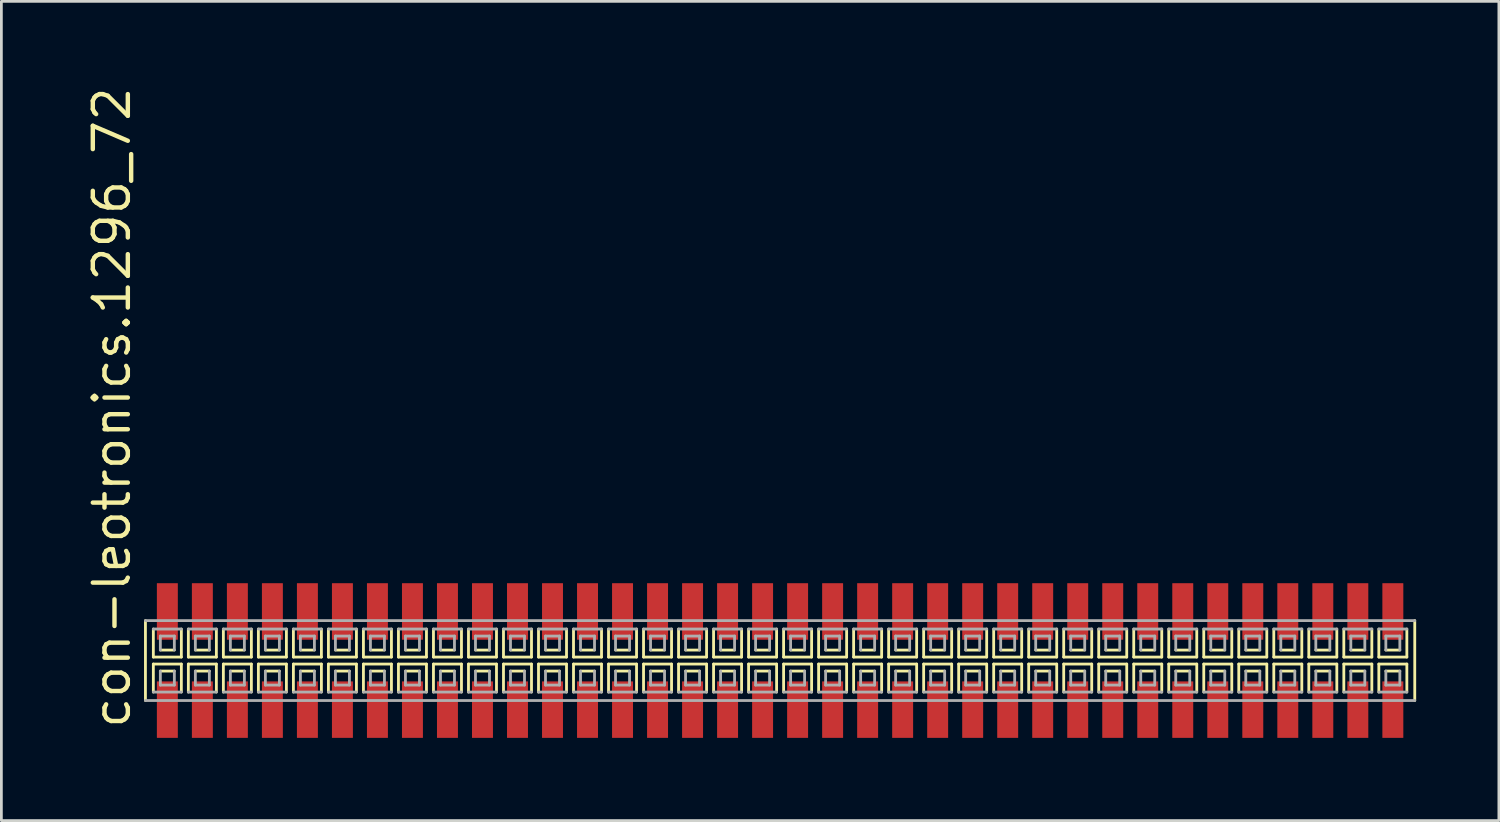
<source format=kicad_pcb>
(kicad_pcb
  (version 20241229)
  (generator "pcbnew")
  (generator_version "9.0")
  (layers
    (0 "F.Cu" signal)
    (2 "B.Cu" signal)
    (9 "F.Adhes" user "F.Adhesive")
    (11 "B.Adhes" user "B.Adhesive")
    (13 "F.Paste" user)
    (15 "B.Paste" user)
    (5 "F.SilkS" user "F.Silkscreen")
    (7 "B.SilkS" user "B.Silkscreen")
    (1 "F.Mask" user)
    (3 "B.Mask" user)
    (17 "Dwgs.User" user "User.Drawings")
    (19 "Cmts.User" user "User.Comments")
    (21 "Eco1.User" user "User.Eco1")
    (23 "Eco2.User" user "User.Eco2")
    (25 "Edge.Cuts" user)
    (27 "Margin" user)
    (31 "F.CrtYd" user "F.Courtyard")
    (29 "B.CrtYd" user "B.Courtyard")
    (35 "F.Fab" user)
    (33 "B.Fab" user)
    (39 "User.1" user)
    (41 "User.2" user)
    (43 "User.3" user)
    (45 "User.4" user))
  (footprint "con-leotronics.1296_72"
    (layer "F.Cu")
    (at 25.245 20.909)
    (property "Reference" "con-leotronics.1296_72" (at -23.495 2.54 90) (layer "F.SilkS") (effects (font (size 1.27 1.27) (thickness 0.16)) (justify left bottom)))
    (attr smd)
    (fp_line (start -23.02 -1.45) (end -23.02 1.45) (stroke (width 0.102) (type default)) (layer "F.SilkS"))
    (fp_line (start -22.733 -1.143) (end -22.733 -0.127) (stroke (width 0.102) (type default)) (layer "F.SilkS"))
    (fp_line (start -22.733 -0.127) (end -21.717 -0.127) (stroke (width 0.102) (type default)) (layer "F.SilkS"))
    (fp_line (start -22.733 0.127) (end -22.733 1.143) (stroke (width 0.102) (type default)) (layer "F.SilkS"))
    (fp_line (start -22.479 -0.381) (end -21.971 -0.381) (stroke (width 0.102) (type default)) (layer "F.SilkS"))
    (fp_line (start -21.971 0.381) (end -22.479 0.381) (stroke (width 0.102) (type default)) (layer "F.SilkS"))
    (fp_line (start -21.717 -0.127) (end -21.717 -1.143) (stroke (width 0.102) (type default)) (layer "F.SilkS"))
    (fp_line (start -21.717 0.127) (end -22.733 0.127) (stroke (width 0.102) (type default)) (layer "F.SilkS"))
    (fp_line (start -21.717 1.143) (end -21.717 0.127) (stroke (width 0.102) (type default)) (layer "F.SilkS"))
    (fp_line (start -21.463 -1.143) (end -21.463 -0.127) (stroke (width 0.102) (type default)) (layer "F.SilkS"))
    (fp_line (start -21.463 -0.127) (end -20.447 -0.127) (stroke (width 0.102) (type default)) (layer "F.SilkS"))
    (fp_line (start -21.463 0.127) (end -21.463 1.143) (stroke (width 0.102) (type default)) (layer "F.SilkS"))
    (fp_line (start -21.209 -0.381) (end -20.701 -0.381) (stroke (width 0.102) (type default)) (layer "F.SilkS"))
    (fp_line (start -20.701 0.381) (end -21.209 0.381) (stroke (width 0.102) (type default)) (layer "F.SilkS"))
    (fp_line (start -20.447 -0.127) (end -20.447 -1.143) (stroke (width 0.102) (type default)) (layer "F.SilkS"))
    (fp_line (start -20.447 0.127) (end -21.463 0.127) (stroke (width 0.102) (type default)) (layer "F.SilkS"))
    (fp_line (start -20.447 1.143) (end -20.447 0.127) (stroke (width 0.102) (type default)) (layer "F.SilkS"))
    (fp_line (start -20.193 -1.143) (end -20.193 -0.127) (stroke (width 0.102) (type default)) (layer "F.SilkS"))
    (fp_line (start -20.193 -0.127) (end -19.177 -0.127) (stroke (width 0.102) (type default)) (layer "F.SilkS"))
    (fp_line (start -20.193 0.127) (end -20.193 1.143) (stroke (width 0.102) (type default)) (layer "F.SilkS"))
    (fp_line (start -19.939 -0.381) (end -19.431 -0.381) (stroke (width 0.102) (type default)) (layer "F.SilkS"))
    (fp_line (start -19.431 0.381) (end -19.939 0.381) (stroke (width 0.102) (type default)) (layer "F.SilkS"))
    (fp_line (start -19.177 -0.127) (end -19.177 -1.143) (stroke (width 0.102) (type default)) (layer "F.SilkS"))
    (fp_line (start -19.177 0.127) (end -20.193 0.127) (stroke (width 0.102) (type default)) (layer "F.SilkS"))
    (fp_line (start -19.177 1.143) (end -19.177 0.127) (stroke (width 0.102) (type default)) (layer "F.SilkS"))
    (fp_line (start -18.923 -1.143) (end -18.923 -0.127) (stroke (width 0.102) (type default)) (layer "F.SilkS"))
    (fp_line (start -18.923 -0.127) (end -17.907 -0.127) (stroke (width 0.102) (type default)) (layer "F.SilkS"))
    (fp_line (start -18.923 0.127) (end -18.923 1.143) (stroke (width 0.102) (type default)) (layer "F.SilkS"))
    (fp_line (start -18.669 -0.381) (end -18.161 -0.381) (stroke (width 0.102) (type default)) (layer "F.SilkS"))
    (fp_line (start -18.161 0.381) (end -18.669 0.381) (stroke (width 0.102) (type default)) (layer "F.SilkS"))
    (fp_line (start -17.907 -0.127) (end -17.907 -1.143) (stroke (width 0.102) (type default)) (layer "F.SilkS"))
    (fp_line (start -17.907 0.127) (end -18.923 0.127) (stroke (width 0.102) (type default)) (layer "F.SilkS"))
    (fp_line (start -17.907 1.143) (end -17.907 0.127) (stroke (width 0.102) (type default)) (layer "F.SilkS"))
    (fp_line (start -17.653 -1.143) (end -17.653 -0.127) (stroke (width 0.102) (type default)) (layer "F.SilkS"))
    (fp_line (start -17.653 -0.127) (end -16.637 -0.127) (stroke (width 0.102) (type default)) (layer "F.SilkS"))
    (fp_line (start -17.653 0.127) (end -17.653 1.143) (stroke (width 0.102) (type default)) (layer "F.SilkS"))
    (fp_line (start -17.399 -0.381) (end -16.891 -0.381) (stroke (width 0.102) (type default)) (layer "F.SilkS"))
    (fp_line (start -16.891 0.381) (end -17.399 0.381) (stroke (width 0.102) (type default)) (layer "F.SilkS"))
    (fp_line (start -16.637 -0.127) (end -16.637 -1.143) (stroke (width 0.102) (type default)) (layer "F.SilkS"))
    (fp_line (start -16.637 0.127) (end -17.653 0.127) (stroke (width 0.102) (type default)) (layer "F.SilkS"))
    (fp_line (start -16.637 1.143) (end -16.637 0.127) (stroke (width 0.102) (type default)) (layer "F.SilkS"))
    (fp_line (start -16.383 -1.143) (end -16.383 -0.127) (stroke (width 0.102) (type default)) (layer "F.SilkS"))
    (fp_line (start -16.383 -0.127) (end -15.367 -0.127) (stroke (width 0.102) (type default)) (layer "F.SilkS"))
    (fp_line (start -16.383 0.127) (end -16.383 1.143) (stroke (width 0.102) (type default)) (layer "F.SilkS"))
    (fp_line (start -16.129 -0.381) (end -15.621 -0.381) (stroke (width 0.102) (type default)) (layer "F.SilkS"))
    (fp_line (start -15.621 0.381) (end -16.129 0.381) (stroke (width 0.102) (type default)) (layer "F.SilkS"))
    (fp_line (start -15.367 -0.127) (end -15.367 -1.143) (stroke (width 0.102) (type default)) (layer "F.SilkS"))
    (fp_line (start -15.367 0.127) (end -16.383 0.127) (stroke (width 0.102) (type default)) (layer "F.SilkS"))
    (fp_line (start -15.367 1.143) (end -15.367 0.127) (stroke (width 0.102) (type default)) (layer "F.SilkS"))
    (fp_line (start -15.113 -1.143) (end -15.113 -0.127) (stroke (width 0.102) (type default)) (layer "F.SilkS"))
    (fp_line (start -15.113 -0.127) (end -14.097 -0.127) (stroke (width 0.102) (type default)) (layer "F.SilkS"))
    (fp_line (start -15.113 0.127) (end -15.113 1.143) (stroke (width 0.102) (type default)) (layer "F.SilkS"))
    (fp_line (start -14.859 -0.381) (end -14.351 -0.381) (stroke (width 0.102) (type default)) (layer "F.SilkS"))
    (fp_line (start -14.351 0.381) (end -14.859 0.381) (stroke (width 0.102) (type default)) (layer "F.SilkS"))
    (fp_line (start -14.097 -0.127) (end -14.097 -1.143) (stroke (width 0.102) (type default)) (layer "F.SilkS"))
    (fp_line (start -14.097 0.127) (end -15.113 0.127) (stroke (width 0.102) (type default)) (layer "F.SilkS"))
    (fp_line (start -14.097 1.143) (end -14.097 0.127) (stroke (width 0.102) (type default)) (layer "F.SilkS"))
    (fp_line (start -13.843 -1.143) (end -13.843 -0.127) (stroke (width 0.102) (type default)) (layer "F.SilkS"))
    (fp_line (start -13.843 -0.127) (end -12.827 -0.127) (stroke (width 0.102) (type default)) (layer "F.SilkS"))
    (fp_line (start -13.843 0.127) (end -13.843 1.143) (stroke (width 0.102) (type default)) (layer "F.SilkS"))
    (fp_line (start -13.589 -0.381) (end -13.081 -0.381) (stroke (width 0.102) (type default)) (layer "F.SilkS"))
    (fp_line (start -13.081 0.381) (end -13.589 0.381) (stroke (width 0.102) (type default)) (layer "F.SilkS"))
    (fp_line (start -12.827 -0.127) (end -12.827 -1.143) (stroke (width 0.102) (type default)) (layer "F.SilkS"))
    (fp_line (start -12.827 0.127) (end -13.843 0.127) (stroke (width 0.102) (type default)) (layer "F.SilkS"))
    (fp_line (start -12.827 1.143) (end -12.827 0.127) (stroke (width 0.102) (type default)) (layer "F.SilkS"))
    (fp_line (start -12.573 -1.143) (end -12.573 -0.127) (stroke (width 0.102) (type default)) (layer "F.SilkS"))
    (fp_line (start -12.573 -0.127) (end -11.557 -0.127) (stroke (width 0.102) (type default)) (layer "F.SilkS"))
    (fp_line (start -12.573 0.127) (end -12.573 1.143) (stroke (width 0.102) (type default)) (layer "F.SilkS"))
    (fp_line (start -12.319 -0.381) (end -11.811 -0.381) (stroke (width 0.102) (type default)) (layer "F.SilkS"))
    (fp_line (start -11.811 0.381) (end -12.319 0.381) (stroke (width 0.102) (type default)) (layer "F.SilkS"))
    (fp_line (start -11.557 -0.127) (end -11.557 -1.143) (stroke (width 0.102) (type default)) (layer "F.SilkS"))
    (fp_line (start -11.557 0.127) (end -12.573 0.127) (stroke (width 0.102) (type default)) (layer "F.SilkS"))
    (fp_line (start -11.557 1.143) (end -11.557 0.127) (stroke (width 0.102) (type default)) (layer "F.SilkS"))
    (fp_line (start -11.303 -1.143) (end -11.303 -0.127) (stroke (width 0.102) (type default)) (layer "F.SilkS"))
    (fp_line (start -11.303 -0.127) (end -10.287 -0.127) (stroke (width 0.102) (type default)) (layer "F.SilkS"))
    (fp_line (start -11.303 0.127) (end -11.303 1.143) (stroke (width 0.102) (type default)) (layer "F.SilkS"))
    (fp_line (start -11.049 -0.381) (end -10.541 -0.381) (stroke (width 0.102) (type default)) (layer "F.SilkS"))
    (fp_line (start -10.541 0.381) (end -11.049 0.381) (stroke (width 0.102) (type default)) (layer "F.SilkS"))
    (fp_line (start -10.287 -0.127) (end -10.287 -1.143) (stroke (width 0.102) (type default)) (layer "F.SilkS"))
    (fp_line (start -10.287 0.127) (end -11.303 0.127) (stroke (width 0.102) (type default)) (layer "F.SilkS"))
    (fp_line (start -10.287 1.143) (end -10.287 0.127) (stroke (width 0.102) (type default)) (layer "F.SilkS"))
    (fp_line (start -10.033 -1.143) (end -10.033 -0.127) (stroke (width 0.102) (type default)) (layer "F.SilkS"))
    (fp_line (start -10.033 -0.127) (end -9.017 -0.127) (stroke (width 0.102) (type default)) (layer "F.SilkS"))
    (fp_line (start -10.033 0.127) (end -10.033 1.143) (stroke (width 0.102) (type default)) (layer "F.SilkS"))
    (fp_line (start -9.779 -0.381) (end -9.271 -0.381) (stroke (width 0.102) (type default)) (layer "F.SilkS"))
    (fp_line (start -9.271 0.381) (end -9.779 0.381) (stroke (width 0.102) (type default)) (layer "F.SilkS"))
    (fp_line (start -9.017 -0.127) (end -9.017 -1.143) (stroke (width 0.102) (type default)) (layer "F.SilkS"))
    (fp_line (start -9.017 0.127) (end -10.033 0.127) (stroke (width 0.102) (type default)) (layer "F.SilkS"))
    (fp_line (start -9.017 1.143) (end -9.017 0.127) (stroke (width 0.102) (type default)) (layer "F.SilkS"))
    (fp_line (start -8.763 -1.143) (end -8.763 -0.127) (stroke (width 0.102) (type default)) (layer "F.SilkS"))
    (fp_line (start -8.763 -0.127) (end -7.747 -0.127) (stroke (width 0.102) (type default)) (layer "F.SilkS"))
    (fp_line (start -8.763 0.127) (end -8.763 1.143) (stroke (width 0.102) (type default)) (layer "F.SilkS"))
    (fp_line (start -8.509 -0.381) (end -8.001 -0.381) (stroke (width 0.102) (type default)) (layer "F.SilkS"))
    (fp_line (start -8.001 0.381) (end -8.509 0.381) (stroke (width 0.102) (type default)) (layer "F.SilkS"))
    (fp_line (start -7.747 -0.127) (end -7.747 -1.143) (stroke (width 0.102) (type default)) (layer "F.SilkS"))
    (fp_line (start -7.747 0.127) (end -8.763 0.127) (stroke (width 0.102) (type default)) (layer "F.SilkS"))
    (fp_line (start -7.747 1.143) (end -7.747 0.127) (stroke (width 0.102) (type default)) (layer "F.SilkS"))
    (fp_line (start -7.493 -1.143) (end -7.493 -0.127) (stroke (width 0.102) (type default)) (layer "F.SilkS"))
    (fp_line (start -7.493 -0.127) (end -6.477 -0.127) (stroke (width 0.102) (type default)) (layer "F.SilkS"))
    (fp_line (start -7.493 0.127) (end -7.493 1.143) (stroke (width 0.102) (type default)) (layer "F.SilkS"))
    (fp_line (start -7.239 -0.381) (end -6.731 -0.381) (stroke (width 0.102) (type default)) (layer "F.SilkS"))
    (fp_line (start -6.731 0.381) (end -7.239 0.381) (stroke (width 0.102) (type default)) (layer "F.SilkS"))
    (fp_line (start -6.477 -0.127) (end -6.477 -1.143) (stroke (width 0.102) (type default)) (layer "F.SilkS"))
    (fp_line (start -6.477 0.127) (end -7.493 0.127) (stroke (width 0.102) (type default)) (layer "F.SilkS"))
    (fp_line (start -6.477 1.143) (end -6.477 0.127) (stroke (width 0.102) (type default)) (layer "F.SilkS"))
    (fp_line (start -6.223 -1.143) (end -6.223 -0.127) (stroke (width 0.102) (type default)) (layer "F.SilkS"))
    (fp_line (start -6.223 -0.127) (end -5.207 -0.127) (stroke (width 0.102) (type default)) (layer "F.SilkS"))
    (fp_line (start -6.223 0.127) (end -6.223 1.143) (stroke (width 0.102) (type default)) (layer "F.SilkS"))
    (fp_line (start -5.969 -0.381) (end -5.461 -0.381) (stroke (width 0.102) (type default)) (layer "F.SilkS"))
    (fp_line (start -5.461 0.381) (end -5.969 0.381) (stroke (width 0.102) (type default)) (layer "F.SilkS"))
    (fp_line (start -5.207 -0.127) (end -5.207 -1.143) (stroke (width 0.102) (type default)) (layer "F.SilkS"))
    (fp_line (start -5.207 0.127) (end -6.223 0.127) (stroke (width 0.102) (type default)) (layer "F.SilkS"))
    (fp_line (start -5.207 1.143) (end -5.207 0.127) (stroke (width 0.102) (type default)) (layer "F.SilkS"))
    (fp_line (start -4.953 -1.143) (end -4.953 -0.127) (stroke (width 0.102) (type default)) (layer "F.SilkS"))
    (fp_line (start -4.953 -0.127) (end -3.937 -0.127) (stroke (width 0.102) (type default)) (layer "F.SilkS"))
    (fp_line (start -4.953 0.127) (end -4.953 1.143) (stroke (width 0.102) (type default)) (layer "F.SilkS"))
    (fp_line (start -4.699 -0.381) (end -4.191 -0.381) (stroke (width 0.102) (type default)) (layer "F.SilkS"))
    (fp_line (start -4.191 0.381) (end -4.699 0.381) (stroke (width 0.102) (type default)) (layer "F.SilkS"))
    (fp_line (start -3.937 -0.127) (end -3.937 -1.143) (stroke (width 0.102) (type default)) (layer "F.SilkS"))
    (fp_line (start -3.937 0.127) (end -4.953 0.127) (stroke (width 0.102) (type default)) (layer "F.SilkS"))
    (fp_line (start -3.937 1.143) (end -3.937 0.127) (stroke (width 0.102) (type default)) (layer "F.SilkS"))
    (fp_line (start -3.683 -1.143) (end -3.683 -0.127) (stroke (width 0.102) (type default)) (layer "F.SilkS"))
    (fp_line (start -3.683 -0.127) (end -2.667 -0.127) (stroke (width 0.102) (type default)) (layer "F.SilkS"))
    (fp_line (start -3.683 0.127) (end -3.683 1.143) (stroke (width 0.102) (type default)) (layer "F.SilkS"))
    (fp_line (start -3.429 -0.381) (end -2.921 -0.381) (stroke (width 0.102) (type default)) (layer "F.SilkS"))
    (fp_line (start -2.921 0.381) (end -3.429 0.381) (stroke (width 0.102) (type default)) (layer "F.SilkS"))
    (fp_line (start -2.667 -0.127) (end -2.667 -1.143) (stroke (width 0.102) (type default)) (layer "F.SilkS"))
    (fp_line (start -2.667 0.127) (end -3.683 0.127) (stroke (width 0.102) (type default)) (layer "F.SilkS"))
    (fp_line (start -2.667 1.143) (end -2.667 0.127) (stroke (width 0.102) (type default)) (layer "F.SilkS"))
    (fp_line (start -2.413 -1.143) (end -2.413 -0.127) (stroke (width 0.102) (type default)) (layer "F.SilkS"))
    (fp_line (start -2.413 -0.127) (end -1.397 -0.127) (stroke (width 0.102) (type default)) (layer "F.SilkS"))
    (fp_line (start -2.413 0.127) (end -2.413 1.143) (stroke (width 0.102) (type default)) (layer "F.SilkS"))
    (fp_line (start -2.159 -0.381) (end -1.651 -0.381) (stroke (width 0.102) (type default)) (layer "F.SilkS"))
    (fp_line (start -1.651 0.381) (end -2.159 0.381) (stroke (width 0.102) (type default)) (layer "F.SilkS"))
    (fp_line (start -1.397 -0.127) (end -1.397 -1.143) (stroke (width 0.102) (type default)) (layer "F.SilkS"))
    (fp_line (start -1.397 0.127) (end -2.413 0.127) (stroke (width 0.102) (type default)) (layer "F.SilkS"))
    (fp_line (start -1.397 1.143) (end -1.397 0.127) (stroke (width 0.102) (type default)) (layer "F.SilkS"))
    (fp_line (start -1.143 -1.143) (end -1.143 -0.127) (stroke (width 0.102) (type default)) (layer "F.SilkS"))
    (fp_line (start -1.143 -0.127) (end -0.127 -0.127) (stroke (width 0.102) (type default)) (layer "F.SilkS"))
    (fp_line (start -1.143 0.127) (end -1.143 1.143) (stroke (width 0.102) (type default)) (layer "F.SilkS"))
    (fp_line (start -0.889 -0.381) (end -0.381 -0.381) (stroke (width 0.102) (type default)) (layer "F.SilkS"))
    (fp_line (start -0.381 0.381) (end -0.889 0.381) (stroke (width 0.102) (type default)) (layer "F.SilkS"))
    (fp_line (start -0.127 -0.127) (end -0.127 -1.143) (stroke (width 0.102) (type default)) (layer "F.SilkS"))
    (fp_line (start -0.127 0.127) (end -1.143 0.127) (stroke (width 0.102) (type default)) (layer "F.SilkS"))
    (fp_line (start -0.127 1.143) (end -0.127 0.127) (stroke (width 0.102) (type default)) (layer "F.SilkS"))
    (fp_line (start 0.127 -1.143) (end 0.127 -0.127) (stroke (width 0.102) (type default)) (layer "F.SilkS"))
    (fp_line (start 0.127 -0.127) (end 1.143 -0.127) (stroke (width 0.102) (type default)) (layer "F.SilkS"))
    (fp_line (start 0.127 0.127) (end 0.127 1.143) (stroke (width 0.102) (type default)) (layer "F.SilkS"))
    (fp_line (start 0.381 -0.381) (end 0.889 -0.381) (stroke (width 0.102) (type default)) (layer "F.SilkS"))
    (fp_line (start 0.889 0.381) (end 0.381 0.381) (stroke (width 0.102) (type default)) (layer "F.SilkS"))
    (fp_line (start 1.143 -0.127) (end 1.143 -1.143) (stroke (width 0.102) (type default)) (layer "F.SilkS"))
    (fp_line (start 1.143 0.127) (end 0.127 0.127) (stroke (width 0.102) (type default)) (layer "F.SilkS"))
    (fp_line (start 1.143 1.143) (end 1.143 0.127) (stroke (width 0.102) (type default)) (layer "F.SilkS"))
    (fp_line (start 1.397 -1.143) (end 1.397 -0.127) (stroke (width 0.102) (type default)) (layer "F.SilkS"))
    (fp_line (start 1.397 -0.127) (end 2.413 -0.127) (stroke (width 0.102) (type default)) (layer "F.SilkS"))
    (fp_line (start 1.397 0.127) (end 1.397 1.143) (stroke (width 0.102) (type default)) (layer "F.SilkS"))
    (fp_line (start 1.651 -0.381) (end 2.159 -0.381) (stroke (width 0.102) (type default)) (layer "F.SilkS"))
    (fp_line (start 2.159 0.381) (end 1.651 0.381) (stroke (width 0.102) (type default)) (layer "F.SilkS"))
    (fp_line (start 2.413 -0.127) (end 2.413 -1.143) (stroke (width 0.102) (type default)) (layer "F.SilkS"))
    (fp_line (start 2.413 0.127) (end 1.397 0.127) (stroke (width 0.102) (type default)) (layer "F.SilkS"))
    (fp_line (start 2.413 1.143) (end 2.413 0.127) (stroke (width 0.102) (type default)) (layer "F.SilkS"))
    (fp_line (start 2.667 -1.143) (end 2.667 -0.127) (stroke (width 0.102) (type default)) (layer "F.SilkS"))
    (fp_line (start 2.667 -0.127) (end 3.683 -0.127) (stroke (width 0.102) (type default)) (layer "F.SilkS"))
    (fp_line (start 2.667 0.127) (end 2.667 1.143) (stroke (width 0.102) (type default)) (layer "F.SilkS"))
    (fp_line (start 2.921 -0.381) (end 3.429 -0.381) (stroke (width 0.102) (type default)) (layer "F.SilkS"))
    (fp_line (start 3.429 0.381) (end 2.921 0.381) (stroke (width 0.102) (type default)) (layer "F.SilkS"))
    (fp_line (start 3.683 -0.127) (end 3.683 -1.143) (stroke (width 0.102) (type default)) (layer "F.SilkS"))
    (fp_line (start 3.683 0.127) (end 2.667 0.127) (stroke (width 0.102) (type default)) (layer "F.SilkS"))
    (fp_line (start 3.683 1.143) (end 3.683 0.127) (stroke (width 0.102) (type default)) (layer "F.SilkS"))
    (fp_line (start 3.937 -1.143) (end 3.937 -0.127) (stroke (width 0.102) (type default)) (layer "F.SilkS"))
    (fp_line (start 3.937 -0.127) (end 4.953 -0.127) (stroke (width 0.102) (type default)) (layer "F.SilkS"))
    (fp_line (start 3.937 0.127) (end 3.937 1.143) (stroke (width 0.102) (type default)) (layer "F.SilkS"))
    (fp_line (start 4.191 -0.381) (end 4.699 -0.381) (stroke (width 0.102) (type default)) (layer "F.SilkS"))
    (fp_line (start 4.699 0.381) (end 4.191 0.381) (stroke (width 0.102) (type default)) (layer "F.SilkS"))
    (fp_line (start 4.953 -0.127) (end 4.953 -1.143) (stroke (width 0.102) (type default)) (layer "F.SilkS"))
    (fp_line (start 4.953 0.127) (end 3.937 0.127) (stroke (width 0.102) (type default)) (layer "F.SilkS"))
    (fp_line (start 4.953 1.143) (end 4.953 0.127) (stroke (width 0.102) (type default)) (layer "F.SilkS"))
    (fp_line (start 5.207 -1.143) (end 5.207 -0.127) (stroke (width 0.102) (type default)) (layer "F.SilkS"))
    (fp_line (start 5.207 -0.127) (end 6.223 -0.127) (stroke (width 0.102) (type default)) (layer "F.SilkS"))
    (fp_line (start 5.207 0.127) (end 5.207 1.143) (stroke (width 0.102) (type default)) (layer "F.SilkS"))
    (fp_line (start 5.461 -0.381) (end 5.969 -0.381) (stroke (width 0.102) (type default)) (layer "F.SilkS"))
    (fp_line (start 5.969 0.381) (end 5.461 0.381) (stroke (width 0.102) (type default)) (layer "F.SilkS"))
    (fp_line (start 6.223 -0.127) (end 6.223 -1.143) (stroke (width 0.102) (type default)) (layer "F.SilkS"))
    (fp_line (start 6.223 0.127) (end 5.207 0.127) (stroke (width 0.102) (type default)) (layer "F.SilkS"))
    (fp_line (start 6.223 1.143) (end 6.223 0.127) (stroke (width 0.102) (type default)) (layer "F.SilkS"))
    (fp_line (start 6.477 -1.143) (end 6.477 -0.127) (stroke (width 0.102) (type default)) (layer "F.SilkS"))
    (fp_line (start 6.477 -0.127) (end 7.493 -0.127) (stroke (width 0.102) (type default)) (layer "F.SilkS"))
    (fp_line (start 6.477 0.127) (end 6.477 1.143) (stroke (width 0.102) (type default)) (layer "F.SilkS"))
    (fp_line (start 6.731 -0.381) (end 7.239 -0.381) (stroke (width 0.102) (type default)) (layer "F.SilkS"))
    (fp_line (start 7.239 0.381) (end 6.731 0.381) (stroke (width 0.102) (type default)) (layer "F.SilkS"))
    (fp_line (start 7.493 -0.127) (end 7.493 -1.143) (stroke (width 0.102) (type default)) (layer "F.SilkS"))
    (fp_line (start 7.493 0.127) (end 6.477 0.127) (stroke (width 0.102) (type default)) (layer "F.SilkS"))
    (fp_line (start 7.493 1.143) (end 7.493 0.127) (stroke (width 0.102) (type default)) (layer "F.SilkS"))
    (fp_line (start 7.747 -1.143) (end 7.747 -0.127) (stroke (width 0.102) (type default)) (layer "F.SilkS"))
    (fp_line (start 7.747 -0.127) (end 8.763 -0.127) (stroke (width 0.102) (type default)) (layer "F.SilkS"))
    (fp_line (start 7.747 0.127) (end 7.747 1.143) (stroke (width 0.102) (type default)) (layer "F.SilkS"))
    (fp_line (start 8.001 -0.381) (end 8.509 -0.381) (stroke (width 0.102) (type default)) (layer "F.SilkS"))
    (fp_line (start 8.509 0.381) (end 8.001 0.381) (stroke (width 0.102) (type default)) (layer "F.SilkS"))
    (fp_line (start 8.763 -0.127) (end 8.763 -1.143) (stroke (width 0.102) (type default)) (layer "F.SilkS"))
    (fp_line (start 8.763 0.127) (end 7.747 0.127) (stroke (width 0.102) (type default)) (layer "F.SilkS"))
    (fp_line (start 8.763 1.143) (end 8.763 0.127) (stroke (width 0.102) (type default)) (layer "F.SilkS"))
    (fp_line (start 9.017 -1.143) (end 9.017 -0.127) (stroke (width 0.102) (type default)) (layer "F.SilkS"))
    (fp_line (start 9.017 -0.127) (end 10.033 -0.127) (stroke (width 0.102) (type default)) (layer "F.SilkS"))
    (fp_line (start 9.017 0.127) (end 9.017 1.143) (stroke (width 0.102) (type default)) (layer "F.SilkS"))
    (fp_line (start 9.271 -0.381) (end 9.779 -0.381) (stroke (width 0.102) (type default)) (layer "F.SilkS"))
    (fp_line (start 9.779 0.381) (end 9.271 0.381) (stroke (width 0.102) (type default)) (layer "F.SilkS"))
    (fp_line (start 10.033 -0.127) (end 10.033 -1.143) (stroke (width 0.102) (type default)) (layer "F.SilkS"))
    (fp_line (start 10.033 0.127) (end 9.017 0.127) (stroke (width 0.102) (type default)) (layer "F.SilkS"))
    (fp_line (start 10.033 1.143) (end 10.033 0.127) (stroke (width 0.102) (type default)) (layer "F.SilkS"))
    (fp_line (start 10.287 -1.143) (end 10.287 -0.127) (stroke (width 0.102) (type default)) (layer "F.SilkS"))
    (fp_line (start 10.287 -0.127) (end 11.303 -0.127) (stroke (width 0.102) (type default)) (layer "F.SilkS"))
    (fp_line (start 10.287 0.127) (end 10.287 1.143) (stroke (width 0.102) (type default)) (layer "F.SilkS"))
    (fp_line (start 10.541 -0.381) (end 11.049 -0.381) (stroke (width 0.102) (type default)) (layer "F.SilkS"))
    (fp_line (start 11.049 0.381) (end 10.541 0.381) (stroke (width 0.102) (type default)) (layer "F.SilkS"))
    (fp_line (start 11.303 -0.127) (end 11.303 -1.143) (stroke (width 0.102) (type default)) (layer "F.SilkS"))
    (fp_line (start 11.303 0.127) (end 10.287 0.127) (stroke (width 0.102) (type default)) (layer "F.SilkS"))
    (fp_line (start 11.303 1.143) (end 11.303 0.127) (stroke (width 0.102) (type default)) (layer "F.SilkS"))
    (fp_line (start 11.557 -1.143) (end 11.557 -0.127) (stroke (width 0.102) (type default)) (layer "F.SilkS"))
    (fp_line (start 11.557 -0.127) (end 12.573 -0.127) (stroke (width 0.102) (type default)) (layer "F.SilkS"))
    (fp_line (start 11.557 0.127) (end 11.557 1.143) (stroke (width 0.102) (type default)) (layer "F.SilkS"))
    (fp_line (start 11.811 -0.381) (end 12.319 -0.381) (stroke (width 0.102) (type default)) (layer "F.SilkS"))
    (fp_line (start 12.319 0.381) (end 11.811 0.381) (stroke (width 0.102) (type default)) (layer "F.SilkS"))
    (fp_line (start 12.573 -0.127) (end 12.573 -1.143) (stroke (width 0.102) (type default)) (layer "F.SilkS"))
    (fp_line (start 12.573 0.127) (end 11.557 0.127) (stroke (width 0.102) (type default)) (layer "F.SilkS"))
    (fp_line (start 12.573 1.143) (end 12.573 0.127) (stroke (width 0.102) (type default)) (layer "F.SilkS"))
    (fp_line (start 12.827 -1.143) (end 12.827 -0.127) (stroke (width 0.102) (type default)) (layer "F.SilkS"))
    (fp_line (start 12.827 -0.127) (end 13.843 -0.127) (stroke (width 0.102) (type default)) (layer "F.SilkS"))
    (fp_line (start 12.827 0.127) (end 12.827 1.143) (stroke (width 0.102) (type default)) (layer "F.SilkS"))
    (fp_line (start 13.081 -0.381) (end 13.589 -0.381) (stroke (width 0.102) (type default)) (layer "F.SilkS"))
    (fp_line (start 13.589 0.381) (end 13.081 0.381) (stroke (width 0.102) (type default)) (layer "F.SilkS"))
    (fp_line (start 13.843 -0.127) (end 13.843 -1.143) (stroke (width 0.102) (type default)) (layer "F.SilkS"))
    (fp_line (start 13.843 0.127) (end 12.827 0.127) (stroke (width 0.102) (type default)) (layer "F.SilkS"))
    (fp_line (start 13.843 1.143) (end 13.843 0.127) (stroke (width 0.102) (type default)) (layer "F.SilkS"))
    (fp_line (start 14.097 -1.143) (end 14.097 -0.127) (stroke (width 0.102) (type default)) (layer "F.SilkS"))
    (fp_line (start 14.097 -0.127) (end 15.113 -0.127) (stroke (width 0.102) (type default)) (layer "F.SilkS"))
    (fp_line (start 14.097 0.127) (end 14.097 1.143) (stroke (width 0.102) (type default)) (layer "F.SilkS"))
    (fp_line (start 14.351 -0.381) (end 14.859 -0.381) (stroke (width 0.102) (type default)) (layer "F.SilkS"))
    (fp_line (start 14.859 0.381) (end 14.351 0.381) (stroke (width 0.102) (type default)) (layer "F.SilkS"))
    (fp_line (start 15.113 -0.127) (end 15.113 -1.143) (stroke (width 0.102) (type default)) (layer "F.SilkS"))
    (fp_line (start 15.113 0.127) (end 14.097 0.127) (stroke (width 0.102) (type default)) (layer "F.SilkS"))
    (fp_line (start 15.113 1.143) (end 15.113 0.127) (stroke (width 0.102) (type default)) (layer "F.SilkS"))
    (fp_line (start 15.367 -1.143) (end 15.367 -0.127) (stroke (width 0.102) (type default)) (layer "F.SilkS"))
    (fp_line (start 15.367 -0.127) (end 16.383 -0.127) (stroke (width 0.102) (type default)) (layer "F.SilkS"))
    (fp_line (start 15.367 0.127) (end 15.367 1.143) (stroke (width 0.102) (type default)) (layer "F.SilkS"))
    (fp_line (start 15.621 -0.381) (end 16.129 -0.381) (stroke (width 0.102) (type default)) (layer "F.SilkS"))
    (fp_line (start 16.129 0.381) (end 15.621 0.381) (stroke (width 0.102) (type default)) (layer "F.SilkS"))
    (fp_line (start 16.383 -0.127) (end 16.383 -1.143) (stroke (width 0.102) (type default)) (layer "F.SilkS"))
    (fp_line (start 16.383 0.127) (end 15.367 0.127) (stroke (width 0.102) (type default)) (layer "F.SilkS"))
    (fp_line (start 16.383 1.143) (end 16.383 0.127) (stroke (width 0.102) (type default)) (layer "F.SilkS"))
    (fp_line (start 16.637 -1.143) (end 16.637 -0.127) (stroke (width 0.102) (type default)) (layer "F.SilkS"))
    (fp_line (start 16.637 -0.127) (end 17.653 -0.127) (stroke (width 0.102) (type default)) (layer "F.SilkS"))
    (fp_line (start 16.637 0.127) (end 16.637 1.143) (stroke (width 0.102) (type default)) (layer "F.SilkS"))
    (fp_line (start 16.891 -0.381) (end 17.399 -0.381) (stroke (width 0.102) (type default)) (layer "F.SilkS"))
    (fp_line (start 17.399 0.381) (end 16.891 0.381) (stroke (width 0.102) (type default)) (layer "F.SilkS"))
    (fp_line (start 17.653 -0.127) (end 17.653 -1.143) (stroke (width 0.102) (type default)) (layer "F.SilkS"))
    (fp_line (start 17.653 0.127) (end 16.637 0.127) (stroke (width 0.102) (type default)) (layer "F.SilkS"))
    (fp_line (start 17.653 1.143) (end 17.653 0.127) (stroke (width 0.102) (type default)) (layer "F.SilkS"))
    (fp_line (start 17.907 -1.143) (end 17.907 -0.127) (stroke (width 0.102) (type default)) (layer "F.SilkS"))
    (fp_line (start 17.907 -0.127) (end 18.923 -0.127) (stroke (width 0.102) (type default)) (layer "F.SilkS"))
    (fp_line (start 17.907 0.127) (end 17.907 1.143) (stroke (width 0.102) (type default)) (layer "F.SilkS"))
    (fp_line (start 18.161 -0.381) (end 18.669 -0.381) (stroke (width 0.102) (type default)) (layer "F.SilkS"))
    (fp_line (start 18.669 0.381) (end 18.161 0.381) (stroke (width 0.102) (type default)) (layer "F.SilkS"))
    (fp_line (start 18.923 -0.127) (end 18.923 -1.143) (stroke (width 0.102) (type default)) (layer "F.SilkS"))
    (fp_line (start 18.923 0.127) (end 17.907 0.127) (stroke (width 0.102) (type default)) (layer "F.SilkS"))
    (fp_line (start 18.923 1.143) (end 18.923 0.127) (stroke (width 0.102) (type default)) (layer "F.SilkS"))
    (fp_line (start 19.177 -1.143) (end 19.177 -0.127) (stroke (width 0.102) (type default)) (layer "F.SilkS"))
    (fp_line (start 19.177 -0.127) (end 20.193 -0.127) (stroke (width 0.102) (type default)) (layer "F.SilkS"))
    (fp_line (start 19.177 0.127) (end 19.177 1.143) (stroke (width 0.102) (type default)) (layer "F.SilkS"))
    (fp_line (start 19.431 -0.381) (end 19.939 -0.381) (stroke (width 0.102) (type default)) (layer "F.SilkS"))
    (fp_line (start 19.939 0.381) (end 19.431 0.381) (stroke (width 0.102) (type default)) (layer "F.SilkS"))
    (fp_line (start 20.193 -0.127) (end 20.193 -1.143) (stroke (width 0.102) (type default)) (layer "F.SilkS"))
    (fp_line (start 20.193 0.127) (end 19.177 0.127) (stroke (width 0.102) (type default)) (layer "F.SilkS"))
    (fp_line (start 20.193 1.143) (end 20.193 0.127) (stroke (width 0.102) (type default)) (layer "F.SilkS"))
    (fp_line (start 20.447 -1.143) (end 20.447 -0.127) (stroke (width 0.102) (type default)) (layer "F.SilkS"))
    (fp_line (start 20.447 -0.127) (end 21.463 -0.127) (stroke (width 0.102) (type default)) (layer "F.SilkS"))
    (fp_line (start 20.447 0.127) (end 20.447 1.143) (stroke (width 0.102) (type default)) (layer "F.SilkS"))
    (fp_line (start 20.701 -0.381) (end 21.209 -0.381) (stroke (width 0.102) (type default)) (layer "F.SilkS"))
    (fp_line (start 21.209 0.381) (end 20.701 0.381) (stroke (width 0.102) (type default)) (layer "F.SilkS"))
    (fp_line (start 21.463 -0.127) (end 21.463 -1.143) (stroke (width 0.102) (type default)) (layer "F.SilkS"))
    (fp_line (start 21.463 0.127) (end 20.447 0.127) (stroke (width 0.102) (type default)) (layer "F.SilkS"))
    (fp_line (start 21.463 1.143) (end 21.463 0.127) (stroke (width 0.102) (type default)) (layer "F.SilkS"))
    (fp_line (start 21.717 -1.143) (end 21.717 -0.127) (stroke (width 0.102) (type default)) (layer "F.SilkS"))
    (fp_line (start 21.717 -0.127) (end 22.733 -0.127) (stroke (width 0.102) (type default)) (layer "F.SilkS"))
    (fp_line (start 21.717 0.127) (end 21.717 1.143) (stroke (width 0.102) (type default)) (layer "F.SilkS"))
    (fp_line (start 21.971 -0.381) (end 22.479 -0.381) (stroke (width 0.102) (type default)) (layer "F.SilkS"))
    (fp_line (start 22.479 0.381) (end 21.971 0.381) (stroke (width 0.102) (type default)) (layer "F.SilkS"))
    (fp_line (start 22.733 -0.127) (end 22.733 -1.143) (stroke (width 0.102) (type default)) (layer "F.SilkS"))
    (fp_line (start 22.733 0.127) (end 21.717 0.127) (stroke (width 0.102) (type default)) (layer "F.SilkS"))
    (fp_line (start 22.733 1.143) (end 22.733 0.127) (stroke (width 0.102) (type default)) (layer "F.SilkS"))
    (fp_line (start 23.02 1.45) (end 23.02 -1.45) (stroke (width 0.102) (type default)) (layer "F.SilkS"))
    (fp_line (start -23.02 1.45) (end 23.02 1.45) (stroke (width 0.102) (type default)) (layer "F.Fab"))
    (fp_line (start -22.733 1.143) (end -21.717 1.143) (stroke (width 0.102) (type default)) (layer "F.Fab"))
    (fp_line (start -22.479 -0.889) (end -22.479 -0.381) (stroke (width 0.102) (type default)) (layer "F.Fab"))
    (fp_line (start -22.479 0.381) (end -22.479 0.889) (stroke (width 0.102) (type default)) (layer "F.Fab"))
    (fp_line (start -22.479 0.889) (end -21.971 0.889) (stroke (width 0.102) (type default)) (layer "F.Fab"))
    (fp_line (start -21.971 -0.889) (end -22.479 -0.889) (stroke (width 0.102) (type default)) (layer "F.Fab"))
    (fp_line (start -21.971 -0.381) (end -21.971 -0.889) (stroke (width 0.102) (type default)) (layer "F.Fab"))
    (fp_line (start -21.971 0.889) (end -21.971 0.381) (stroke (width 0.102) (type default)) (layer "F.Fab"))
    (fp_line (start -21.717 -1.143) (end -22.733 -1.143) (stroke (width 0.102) (type default)) (layer "F.Fab"))
    (fp_line (start -21.463 1.143) (end -20.447 1.143) (stroke (width 0.102) (type default)) (layer "F.Fab"))
    (fp_line (start -21.209 -0.889) (end -21.209 -0.381) (stroke (width 0.102) (type default)) (layer "F.Fab"))
    (fp_line (start -21.209 0.381) (end -21.209 0.889) (stroke (width 0.102) (type default)) (layer "F.Fab"))
    (fp_line (start -21.209 0.889) (end -20.701 0.889) (stroke (width 0.102) (type default)) (layer "F.Fab"))
    (fp_line (start -20.701 -0.889) (end -21.209 -0.889) (stroke (width 0.102) (type default)) (layer "F.Fab"))
    (fp_line (start -20.701 -0.381) (end -20.701 -0.889) (stroke (width 0.102) (type default)) (layer "F.Fab"))
    (fp_line (start -20.701 0.889) (end -20.701 0.381) (stroke (width 0.102) (type default)) (layer "F.Fab"))
    (fp_line (start -20.447 -1.143) (end -21.463 -1.143) (stroke (width 0.102) (type default)) (layer "F.Fab"))
    (fp_line (start -20.193 1.143) (end -19.177 1.143) (stroke (width 0.102) (type default)) (layer "F.Fab"))
    (fp_line (start -19.939 -0.889) (end -19.939 -0.381) (stroke (width 0.102) (type default)) (layer "F.Fab"))
    (fp_line (start -19.939 0.381) (end -19.939 0.889) (stroke (width 0.102) (type default)) (layer "F.Fab"))
    (fp_line (start -19.939 0.889) (end -19.431 0.889) (stroke (width 0.102) (type default)) (layer "F.Fab"))
    (fp_line (start -19.431 -0.889) (end -19.939 -0.889) (stroke (width 0.102) (type default)) (layer "F.Fab"))
    (fp_line (start -19.431 -0.381) (end -19.431 -0.889) (stroke (width 0.102) (type default)) (layer "F.Fab"))
    (fp_line (start -19.431 0.889) (end -19.431 0.381) (stroke (width 0.102) (type default)) (layer "F.Fab"))
    (fp_line (start -19.177 -1.143) (end -20.193 -1.143) (stroke (width 0.102) (type default)) (layer "F.Fab"))
    (fp_line (start -18.923 1.143) (end -17.907 1.143) (stroke (width 0.102) (type default)) (layer "F.Fab"))
    (fp_line (start -18.669 -0.889) (end -18.669 -0.381) (stroke (width 0.102) (type default)) (layer "F.Fab"))
    (fp_line (start -18.669 0.381) (end -18.669 0.889) (stroke (width 0.102) (type default)) (layer "F.Fab"))
    (fp_line (start -18.669 0.889) (end -18.161 0.889) (stroke (width 0.102) (type default)) (layer "F.Fab"))
    (fp_line (start -18.161 -0.889) (end -18.669 -0.889) (stroke (width 0.102) (type default)) (layer "F.Fab"))
    (fp_line (start -18.161 -0.381) (end -18.161 -0.889) (stroke (width 0.102) (type default)) (layer "F.Fab"))
    (fp_line (start -18.161 0.889) (end -18.161 0.381) (stroke (width 0.102) (type default)) (layer "F.Fab"))
    (fp_line (start -17.907 -1.143) (end -18.923 -1.143) (stroke (width 0.102) (type default)) (layer "F.Fab"))
    (fp_line (start -17.653 1.143) (end -16.637 1.143) (stroke (width 0.102) (type default)) (layer "F.Fab"))
    (fp_line (start -17.399 -0.889) (end -17.399 -0.381) (stroke (width 0.102) (type default)) (layer "F.Fab"))
    (fp_line (start -17.399 0.381) (end -17.399 0.889) (stroke (width 0.102) (type default)) (layer "F.Fab"))
    (fp_line (start -17.399 0.889) (end -16.891 0.889) (stroke (width 0.102) (type default)) (layer "F.Fab"))
    (fp_line (start -16.891 -0.889) (end -17.399 -0.889) (stroke (width 0.102) (type default)) (layer "F.Fab"))
    (fp_line (start -16.891 -0.381) (end -16.891 -0.889) (stroke (width 0.102) (type default)) (layer "F.Fab"))
    (fp_line (start -16.891 0.889) (end -16.891 0.381) (stroke (width 0.102) (type default)) (layer "F.Fab"))
    (fp_line (start -16.637 -1.143) (end -17.653 -1.143) (stroke (width 0.102) (type default)) (layer "F.Fab"))
    (fp_line (start -16.383 1.143) (end -15.367 1.143) (stroke (width 0.102) (type default)) (layer "F.Fab"))
    (fp_line (start -16.129 -0.889) (end -16.129 -0.381) (stroke (width 0.102) (type default)) (layer "F.Fab"))
    (fp_line (start -16.129 0.381) (end -16.129 0.889) (stroke (width 0.102) (type default)) (layer "F.Fab"))
    (fp_line (start -16.129 0.889) (end -15.621 0.889) (stroke (width 0.102) (type default)) (layer "F.Fab"))
    (fp_line (start -15.621 -0.889) (end -16.129 -0.889) (stroke (width 0.102) (type default)) (layer "F.Fab"))
    (fp_line (start -15.621 -0.381) (end -15.621 -0.889) (stroke (width 0.102) (type default)) (layer "F.Fab"))
    (fp_line (start -15.621 0.889) (end -15.621 0.381) (stroke (width 0.102) (type default)) (layer "F.Fab"))
    (fp_line (start -15.367 -1.143) (end -16.383 -1.143) (stroke (width 0.102) (type default)) (layer "F.Fab"))
    (fp_line (start -15.113 1.143) (end -14.097 1.143) (stroke (width 0.102) (type default)) (layer "F.Fab"))
    (fp_line (start -14.859 -0.889) (end -14.859 -0.381) (stroke (width 0.102) (type default)) (layer "F.Fab"))
    (fp_line (start -14.859 0.381) (end -14.859 0.889) (stroke (width 0.102) (type default)) (layer "F.Fab"))
    (fp_line (start -14.859 0.889) (end -14.351 0.889) (stroke (width 0.102) (type default)) (layer "F.Fab"))
    (fp_line (start -14.351 -0.889) (end -14.859 -0.889) (stroke (width 0.102) (type default)) (layer "F.Fab"))
    (fp_line (start -14.351 -0.381) (end -14.351 -0.889) (stroke (width 0.102) (type default)) (layer "F.Fab"))
    (fp_line (start -14.351 0.889) (end -14.351 0.381) (stroke (width 0.102) (type default)) (layer "F.Fab"))
    (fp_line (start -14.097 -1.143) (end -15.113 -1.143) (stroke (width 0.102) (type default)) (layer "F.Fab"))
    (fp_line (start -13.843 1.143) (end -12.827 1.143) (stroke (width 0.102) (type default)) (layer "F.Fab"))
    (fp_line (start -13.589 -0.889) (end -13.589 -0.381) (stroke (width 0.102) (type default)) (layer "F.Fab"))
    (fp_line (start -13.589 0.381) (end -13.589 0.889) (stroke (width 0.102) (type default)) (layer "F.Fab"))
    (fp_line (start -13.589 0.889) (end -13.081 0.889) (stroke (width 0.102) (type default)) (layer "F.Fab"))
    (fp_line (start -13.081 -0.889) (end -13.589 -0.889) (stroke (width 0.102) (type default)) (layer "F.Fab"))
    (fp_line (start -13.081 -0.381) (end -13.081 -0.889) (stroke (width 0.102) (type default)) (layer "F.Fab"))
    (fp_line (start -13.081 0.889) (end -13.081 0.381) (stroke (width 0.102) (type default)) (layer "F.Fab"))
    (fp_line (start -12.827 -1.143) (end -13.843 -1.143) (stroke (width 0.102) (type default)) (layer "F.Fab"))
    (fp_line (start -12.573 1.143) (end -11.557 1.143) (stroke (width 0.102) (type default)) (layer "F.Fab"))
    (fp_line (start -12.319 -0.889) (end -12.319 -0.381) (stroke (width 0.102) (type default)) (layer "F.Fab"))
    (fp_line (start -12.319 0.381) (end -12.319 0.889) (stroke (width 0.102) (type default)) (layer "F.Fab"))
    (fp_line (start -12.319 0.889) (end -11.811 0.889) (stroke (width 0.102) (type default)) (layer "F.Fab"))
    (fp_line (start -11.811 -0.889) (end -12.319 -0.889) (stroke (width 0.102) (type default)) (layer "F.Fab"))
    (fp_line (start -11.811 -0.381) (end -11.811 -0.889) (stroke (width 0.102) (type default)) (layer "F.Fab"))
    (fp_line (start -11.811 0.889) (end -11.811 0.381) (stroke (width 0.102) (type default)) (layer "F.Fab"))
    (fp_line (start -11.557 -1.143) (end -12.573 -1.143) (stroke (width 0.102) (type default)) (layer "F.Fab"))
    (fp_line (start -11.303 1.143) (end -10.287 1.143) (stroke (width 0.102) (type default)) (layer "F.Fab"))
    (fp_line (start -11.049 -0.889) (end -11.049 -0.381) (stroke (width 0.102) (type default)) (layer "F.Fab"))
    (fp_line (start -11.049 0.381) (end -11.049 0.889) (stroke (width 0.102) (type default)) (layer "F.Fab"))
    (fp_line (start -11.049 0.889) (end -10.541 0.889) (stroke (width 0.102) (type default)) (layer "F.Fab"))
    (fp_line (start -10.541 -0.889) (end -11.049 -0.889) (stroke (width 0.102) (type default)) (layer "F.Fab"))
    (fp_line (start -10.541 -0.381) (end -10.541 -0.889) (stroke (width 0.102) (type default)) (layer "F.Fab"))
    (fp_line (start -10.541 0.889) (end -10.541 0.381) (stroke (width 0.102) (type default)) (layer "F.Fab"))
    (fp_line (start -10.287 -1.143) (end -11.303 -1.143) (stroke (width 0.102) (type default)) (layer "F.Fab"))
    (fp_line (start -10.033 1.143) (end -9.017 1.143) (stroke (width 0.102) (type default)) (layer "F.Fab"))
    (fp_line (start -9.779 -0.889) (end -9.779 -0.381) (stroke (width 0.102) (type default)) (layer "F.Fab"))
    (fp_line (start -9.779 0.381) (end -9.779 0.889) (stroke (width 0.102) (type default)) (layer "F.Fab"))
    (fp_line (start -9.779 0.889) (end -9.271 0.889) (stroke (width 0.102) (type default)) (layer "F.Fab"))
    (fp_line (start -9.271 -0.889) (end -9.779 -0.889) (stroke (width 0.102) (type default)) (layer "F.Fab"))
    (fp_line (start -9.271 -0.381) (end -9.271 -0.889) (stroke (width 0.102) (type default)) (layer "F.Fab"))
    (fp_line (start -9.271 0.889) (end -9.271 0.381) (stroke (width 0.102) (type default)) (layer "F.Fab"))
    (fp_line (start -9.017 -1.143) (end -10.033 -1.143) (stroke (width 0.102) (type default)) (layer "F.Fab"))
    (fp_line (start -8.763 1.143) (end -7.747 1.143) (stroke (width 0.102) (type default)) (layer "F.Fab"))
    (fp_line (start -8.509 -0.889) (end -8.509 -0.381) (stroke (width 0.102) (type default)) (layer "F.Fab"))
    (fp_line (start -8.509 0.381) (end -8.509 0.889) (stroke (width 0.102) (type default)) (layer "F.Fab"))
    (fp_line (start -8.509 0.889) (end -8.001 0.889) (stroke (width 0.102) (type default)) (layer "F.Fab"))
    (fp_line (start -8.001 -0.889) (end -8.509 -0.889) (stroke (width 0.102) (type default)) (layer "F.Fab"))
    (fp_line (start -8.001 -0.381) (end -8.001 -0.889) (stroke (width 0.102) (type default)) (layer "F.Fab"))
    (fp_line (start -8.001 0.889) (end -8.001 0.381) (stroke (width 0.102) (type default)) (layer "F.Fab"))
    (fp_line (start -7.747 -1.143) (end -8.763 -1.143) (stroke (width 0.102) (type default)) (layer "F.Fab"))
    (fp_line (start -7.493 1.143) (end -6.477 1.143) (stroke (width 0.102) (type default)) (layer "F.Fab"))
    (fp_line (start -7.239 -0.889) (end -7.239 -0.381) (stroke (width 0.102) (type default)) (layer "F.Fab"))
    (fp_line (start -7.239 0.381) (end -7.239 0.889) (stroke (width 0.102) (type default)) (layer "F.Fab"))
    (fp_line (start -7.239 0.889) (end -6.731 0.889) (stroke (width 0.102) (type default)) (layer "F.Fab"))
    (fp_line (start -6.731 -0.889) (end -7.239 -0.889) (stroke (width 0.102) (type default)) (layer "F.Fab"))
    (fp_line (start -6.731 -0.381) (end -6.731 -0.889) (stroke (width 0.102) (type default)) (layer "F.Fab"))
    (fp_line (start -6.731 0.889) (end -6.731 0.381) (stroke (width 0.102) (type default)) (layer "F.Fab"))
    (fp_line (start -6.477 -1.143) (end -7.493 -1.143) (stroke (width 0.102) (type default)) (layer "F.Fab"))
    (fp_line (start -6.223 1.143) (end -5.207 1.143) (stroke (width 0.102) (type default)) (layer "F.Fab"))
    (fp_line (start -5.969 -0.889) (end -5.969 -0.381) (stroke (width 0.102) (type default)) (layer "F.Fab"))
    (fp_line (start -5.969 0.381) (end -5.969 0.889) (stroke (width 0.102) (type default)) (layer "F.Fab"))
    (fp_line (start -5.969 0.889) (end -5.461 0.889) (stroke (width 0.102) (type default)) (layer "F.Fab"))
    (fp_line (start -5.461 -0.889) (end -5.969 -0.889) (stroke (width 0.102) (type default)) (layer "F.Fab"))
    (fp_line (start -5.461 -0.381) (end -5.461 -0.889) (stroke (width 0.102) (type default)) (layer "F.Fab"))
    (fp_line (start -5.461 0.889) (end -5.461 0.381) (stroke (width 0.102) (type default)) (layer "F.Fab"))
    (fp_line (start -5.207 -1.143) (end -6.223 -1.143) (stroke (width 0.102) (type default)) (layer "F.Fab"))
    (fp_line (start -4.953 1.143) (end -3.937 1.143) (stroke (width 0.102) (type default)) (layer "F.Fab"))
    (fp_line (start -4.699 -0.889) (end -4.699 -0.381) (stroke (width 0.102) (type default)) (layer "F.Fab"))
    (fp_line (start -4.699 0.381) (end -4.699 0.889) (stroke (width 0.102) (type default)) (layer "F.Fab"))
    (fp_line (start -4.699 0.889) (end -4.191 0.889) (stroke (width 0.102) (type default)) (layer "F.Fab"))
    (fp_line (start -4.191 -0.889) (end -4.699 -0.889) (stroke (width 0.102) (type default)) (layer "F.Fab"))
    (fp_line (start -4.191 -0.381) (end -4.191 -0.889) (stroke (width 0.102) (type default)) (layer "F.Fab"))
    (fp_line (start -4.191 0.889) (end -4.191 0.381) (stroke (width 0.102) (type default)) (layer "F.Fab"))
    (fp_line (start -3.937 -1.143) (end -4.953 -1.143) (stroke (width 0.102) (type default)) (layer "F.Fab"))
    (fp_line (start -3.683 1.143) (end -2.667 1.143) (stroke (width 0.102) (type default)) (layer "F.Fab"))
    (fp_line (start -3.429 -0.889) (end -3.429 -0.381) (stroke (width 0.102) (type default)) (layer "F.Fab"))
    (fp_line (start -3.429 0.381) (end -3.429 0.889) (stroke (width 0.102) (type default)) (layer "F.Fab"))
    (fp_line (start -3.429 0.889) (end -2.921 0.889) (stroke (width 0.102) (type default)) (layer "F.Fab"))
    (fp_line (start -2.921 -0.889) (end -3.429 -0.889) (stroke (width 0.102) (type default)) (layer "F.Fab"))
    (fp_line (start -2.921 -0.381) (end -2.921 -0.889) (stroke (width 0.102) (type default)) (layer "F.Fab"))
    (fp_line (start -2.921 0.889) (end -2.921 0.381) (stroke (width 0.102) (type default)) (layer "F.Fab"))
    (fp_line (start -2.667 -1.143) (end -3.683 -1.143) (stroke (width 0.102) (type default)) (layer "F.Fab"))
    (fp_line (start -2.413 1.143) (end -1.397 1.143) (stroke (width 0.102) (type default)) (layer "F.Fab"))
    (fp_line (start -2.159 -0.889) (end -2.159 -0.381) (stroke (width 0.102) (type default)) (layer "F.Fab"))
    (fp_line (start -2.159 0.381) (end -2.159 0.889) (stroke (width 0.102) (type default)) (layer "F.Fab"))
    (fp_line (start -2.159 0.889) (end -1.651 0.889) (stroke (width 0.102) (type default)) (layer "F.Fab"))
    (fp_line (start -1.651 -0.889) (end -2.159 -0.889) (stroke (width 0.102) (type default)) (layer "F.Fab"))
    (fp_line (start -1.651 -0.381) (end -1.651 -0.889) (stroke (width 0.102) (type default)) (layer "F.Fab"))
    (fp_line (start -1.651 0.889) (end -1.651 0.381) (stroke (width 0.102) (type default)) (layer "F.Fab"))
    (fp_line (start -1.397 -1.143) (end -2.413 -1.143) (stroke (width 0.102) (type default)) (layer "F.Fab"))
    (fp_line (start -1.143 1.143) (end -0.127 1.143) (stroke (width 0.102) (type default)) (layer "F.Fab"))
    (fp_line (start -0.889 -0.889) (end -0.889 -0.381) (stroke (width 0.102) (type default)) (layer "F.Fab"))
    (fp_line (start -0.889 0.381) (end -0.889 0.889) (stroke (width 0.102) (type default)) (layer "F.Fab"))
    (fp_line (start -0.889 0.889) (end -0.381 0.889) (stroke (width 0.102) (type default)) (layer "F.Fab"))
    (fp_line (start -0.381 -0.889) (end -0.889 -0.889) (stroke (width 0.102) (type default)) (layer "F.Fab"))
    (fp_line (start -0.381 -0.381) (end -0.381 -0.889) (stroke (width 0.102) (type default)) (layer "F.Fab"))
    (fp_line (start -0.381 0.889) (end -0.381 0.381) (stroke (width 0.102) (type default)) (layer "F.Fab"))
    (fp_line (start -0.127 -1.143) (end -1.143 -1.143) (stroke (width 0.102) (type default)) (layer "F.Fab"))
    (fp_line (start 0.127 1.143) (end 1.143 1.143) (stroke (width 0.102) (type default)) (layer "F.Fab"))
    (fp_line (start 0.381 -0.889) (end 0.381 -0.381) (stroke (width 0.102) (type default)) (layer "F.Fab"))
    (fp_line (start 0.381 0.381) (end 0.381 0.889) (stroke (width 0.102) (type default)) (layer "F.Fab"))
    (fp_line (start 0.381 0.889) (end 0.889 0.889) (stroke (width 0.102) (type default)) (layer "F.Fab"))
    (fp_line (start 0.889 -0.889) (end 0.381 -0.889) (stroke (width 0.102) (type default)) (layer "F.Fab"))
    (fp_line (start 0.889 -0.381) (end 0.889 -0.889) (stroke (width 0.102) (type default)) (layer "F.Fab"))
    (fp_line (start 0.889 0.889) (end 0.889 0.381) (stroke (width 0.102) (type default)) (layer "F.Fab"))
    (fp_line (start 1.143 -1.143) (end 0.127 -1.143) (stroke (width 0.102) (type default)) (layer "F.Fab"))
    (fp_line (start 1.397 1.143) (end 2.413 1.143) (stroke (width 0.102) (type default)) (layer "F.Fab"))
    (fp_line (start 1.651 -0.889) (end 1.651 -0.381) (stroke (width 0.102) (type default)) (layer "F.Fab"))
    (fp_line (start 1.651 0.381) (end 1.651 0.889) (stroke (width 0.102) (type default)) (layer "F.Fab"))
    (fp_line (start 1.651 0.889) (end 2.159 0.889) (stroke (width 0.102) (type default)) (layer "F.Fab"))
    (fp_line (start 2.159 -0.889) (end 1.651 -0.889) (stroke (width 0.102) (type default)) (layer "F.Fab"))
    (fp_line (start 2.159 -0.381) (end 2.159 -0.889) (stroke (width 0.102) (type default)) (layer "F.Fab"))
    (fp_line (start 2.159 0.889) (end 2.159 0.381) (stroke (width 0.102) (type default)) (layer "F.Fab"))
    (fp_line (start 2.413 -1.143) (end 1.397 -1.143) (stroke (width 0.102) (type default)) (layer "F.Fab"))
    (fp_line (start 2.667 1.143) (end 3.683 1.143) (stroke (width 0.102) (type default)) (layer "F.Fab"))
    (fp_line (start 2.921 -0.889) (end 2.921 -0.381) (stroke (width 0.102) (type default)) (layer "F.Fab"))
    (fp_line (start 2.921 0.381) (end 2.921 0.889) (stroke (width 0.102) (type default)) (layer "F.Fab"))
    (fp_line (start 2.921 0.889) (end 3.429 0.889) (stroke (width 0.102) (type default)) (layer "F.Fab"))
    (fp_line (start 3.429 -0.889) (end 2.921 -0.889) (stroke (width 0.102) (type default)) (layer "F.Fab"))
    (fp_line (start 3.429 -0.381) (end 3.429 -0.889) (stroke (width 0.102) (type default)) (layer "F.Fab"))
    (fp_line (start 3.429 0.889) (end 3.429 0.381) (stroke (width 0.102) (type default)) (layer "F.Fab"))
    (fp_line (start 3.683 -1.143) (end 2.667 -1.143) (stroke (width 0.102) (type default)) (layer "F.Fab"))
    (fp_line (start 3.937 1.143) (end 4.953 1.143) (stroke (width 0.102) (type default)) (layer "F.Fab"))
    (fp_line (start 4.191 -0.889) (end 4.191 -0.381) (stroke (width 0.102) (type default)) (layer "F.Fab"))
    (fp_line (start 4.191 0.381) (end 4.191 0.889) (stroke (width 0.102) (type default)) (layer "F.Fab"))
    (fp_line (start 4.191 0.889) (end 4.699 0.889) (stroke (width 0.102) (type default)) (layer "F.Fab"))
    (fp_line (start 4.699 -0.889) (end 4.191 -0.889) (stroke (width 0.102) (type default)) (layer "F.Fab"))
    (fp_line (start 4.699 -0.381) (end 4.699 -0.889) (stroke (width 0.102) (type default)) (layer "F.Fab"))
    (fp_line (start 4.699 0.889) (end 4.699 0.381) (stroke (width 0.102) (type default)) (layer "F.Fab"))
    (fp_line (start 4.953 -1.143) (end 3.937 -1.143) (stroke (width 0.102) (type default)) (layer "F.Fab"))
    (fp_line (start 5.207 1.143) (end 6.223 1.143) (stroke (width 0.102) (type default)) (layer "F.Fab"))
    (fp_line (start 5.461 -0.889) (end 5.461 -0.381) (stroke (width 0.102) (type default)) (layer "F.Fab"))
    (fp_line (start 5.461 0.381) (end 5.461 0.889) (stroke (width 0.102) (type default)) (layer "F.Fab"))
    (fp_line (start 5.461 0.889) (end 5.969 0.889) (stroke (width 0.102) (type default)) (layer "F.Fab"))
    (fp_line (start 5.969 -0.889) (end 5.461 -0.889) (stroke (width 0.102) (type default)) (layer "F.Fab"))
    (fp_line (start 5.969 -0.381) (end 5.969 -0.889) (stroke (width 0.102) (type default)) (layer "F.Fab"))
    (fp_line (start 5.969 0.889) (end 5.969 0.381) (stroke (width 0.102) (type default)) (layer "F.Fab"))
    (fp_line (start 6.223 -1.143) (end 5.207 -1.143) (stroke (width 0.102) (type default)) (layer "F.Fab"))
    (fp_line (start 6.477 1.143) (end 7.493 1.143) (stroke (width 0.102) (type default)) (layer "F.Fab"))
    (fp_line (start 6.731 -0.889) (end 6.731 -0.381) (stroke (width 0.102) (type default)) (layer "F.Fab"))
    (fp_line (start 6.731 0.381) (end 6.731 0.889) (stroke (width 0.102) (type default)) (layer "F.Fab"))
    (fp_line (start 6.731 0.889) (end 7.239 0.889) (stroke (width 0.102) (type default)) (layer "F.Fab"))
    (fp_line (start 7.239 -0.889) (end 6.731 -0.889) (stroke (width 0.102) (type default)) (layer "F.Fab"))
    (fp_line (start 7.239 -0.381) (end 7.239 -0.889) (stroke (width 0.102) (type default)) (layer "F.Fab"))
    (fp_line (start 7.239 0.889) (end 7.239 0.381) (stroke (width 0.102) (type default)) (layer "F.Fab"))
    (fp_line (start 7.493 -1.143) (end 6.477 -1.143) (stroke (width 0.102) (type default)) (layer "F.Fab"))
    (fp_line (start 7.747 1.143) (end 8.763 1.143) (stroke (width 0.102) (type default)) (layer "F.Fab"))
    (fp_line (start 8.001 -0.889) (end 8.001 -0.381) (stroke (width 0.102) (type default)) (layer "F.Fab"))
    (fp_line (start 8.001 0.381) (end 8.001 0.889) (stroke (width 0.102) (type default)) (layer "F.Fab"))
    (fp_line (start 8.001 0.889) (end 8.509 0.889) (stroke (width 0.102) (type default)) (layer "F.Fab"))
    (fp_line (start 8.509 -0.889) (end 8.001 -0.889) (stroke (width 0.102) (type default)) (layer "F.Fab"))
    (fp_line (start 8.509 -0.381) (end 8.509 -0.889) (stroke (width 0.102) (type default)) (layer "F.Fab"))
    (fp_line (start 8.509 0.889) (end 8.509 0.381) (stroke (width 0.102) (type default)) (layer "F.Fab"))
    (fp_line (start 8.763 -1.143) (end 7.747 -1.143) (stroke (width 0.102) (type default)) (layer "F.Fab"))
    (fp_line (start 9.017 1.143) (end 10.033 1.143) (stroke (width 0.102) (type default)) (layer "F.Fab"))
    (fp_line (start 9.271 -0.889) (end 9.271 -0.381) (stroke (width 0.102) (type default)) (layer "F.Fab"))
    (fp_line (start 9.271 0.381) (end 9.271 0.889) (stroke (width 0.102) (type default)) (layer "F.Fab"))
    (fp_line (start 9.271 0.889) (end 9.779 0.889) (stroke (width 0.102) (type default)) (layer "F.Fab"))
    (fp_line (start 9.779 -0.889) (end 9.271 -0.889) (stroke (width 0.102) (type default)) (layer "F.Fab"))
    (fp_line (start 9.779 -0.381) (end 9.779 -0.889) (stroke (width 0.102) (type default)) (layer "F.Fab"))
    (fp_line (start 9.779 0.889) (end 9.779 0.381) (stroke (width 0.102) (type default)) (layer "F.Fab"))
    (fp_line (start 10.033 -1.143) (end 9.017 -1.143) (stroke (width 0.102) (type default)) (layer "F.Fab"))
    (fp_line (start 10.287 1.143) (end 11.303 1.143) (stroke (width 0.102) (type default)) (layer "F.Fab"))
    (fp_line (start 10.541 -0.889) (end 10.541 -0.381) (stroke (width 0.102) (type default)) (layer "F.Fab"))
    (fp_line (start 10.541 0.381) (end 10.541 0.889) (stroke (width 0.102) (type default)) (layer "F.Fab"))
    (fp_line (start 10.541 0.889) (end 11.049 0.889) (stroke (width 0.102) (type default)) (layer "F.Fab"))
    (fp_line (start 11.049 -0.889) (end 10.541 -0.889) (stroke (width 0.102) (type default)) (layer "F.Fab"))
    (fp_line (start 11.049 -0.381) (end 11.049 -0.889) (stroke (width 0.102) (type default)) (layer "F.Fab"))
    (fp_line (start 11.049 0.889) (end 11.049 0.381) (stroke (width 0.102) (type default)) (layer "F.Fab"))
    (fp_line (start 11.303 -1.143) (end 10.287 -1.143) (stroke (width 0.102) (type default)) (layer "F.Fab"))
    (fp_line (start 11.557 1.143) (end 12.573 1.143) (stroke (width 0.102) (type default)) (layer "F.Fab"))
    (fp_line (start 11.811 -0.889) (end 11.811 -0.381) (stroke (width 0.102) (type default)) (layer "F.Fab"))
    (fp_line (start 11.811 0.381) (end 11.811 0.889) (stroke (width 0.102) (type default)) (layer "F.Fab"))
    (fp_line (start 11.811 0.889) (end 12.319 0.889) (stroke (width 0.102) (type default)) (layer "F.Fab"))
    (fp_line (start 12.319 -0.889) (end 11.811 -0.889) (stroke (width 0.102) (type default)) (layer "F.Fab"))
    (fp_line (start 12.319 -0.381) (end 12.319 -0.889) (stroke (width 0.102) (type default)) (layer "F.Fab"))
    (fp_line (start 12.319 0.889) (end 12.319 0.381) (stroke (width 0.102) (type default)) (layer "F.Fab"))
    (fp_line (start 12.573 -1.143) (end 11.557 -1.143) (stroke (width 0.102) (type default)) (layer "F.Fab"))
    (fp_line (start 12.827 1.143) (end 13.843 1.143) (stroke (width 0.102) (type default)) (layer "F.Fab"))
    (fp_line (start 13.081 -0.889) (end 13.081 -0.381) (stroke (width 0.102) (type default)) (layer "F.Fab"))
    (fp_line (start 13.081 0.381) (end 13.081 0.889) (stroke (width 0.102) (type default)) (layer "F.Fab"))
    (fp_line (start 13.081 0.889) (end 13.589 0.889) (stroke (width 0.102) (type default)) (layer "F.Fab"))
    (fp_line (start 13.589 -0.889) (end 13.081 -0.889) (stroke (width 0.102) (type default)) (layer "F.Fab"))
    (fp_line (start 13.589 -0.381) (end 13.589 -0.889) (stroke (width 0.102) (type default)) (layer "F.Fab"))
    (fp_line (start 13.589 0.889) (end 13.589 0.381) (stroke (width 0.102) (type default)) (layer "F.Fab"))
    (fp_line (start 13.843 -1.143) (end 12.827 -1.143) (stroke (width 0.102) (type default)) (layer "F.Fab"))
    (fp_line (start 14.097 1.143) (end 15.113 1.143) (stroke (width 0.102) (type default)) (layer "F.Fab"))
    (fp_line (start 14.351 -0.889) (end 14.351 -0.381) (stroke (width 0.102) (type default)) (layer "F.Fab"))
    (fp_line (start 14.351 0.381) (end 14.351 0.889) (stroke (width 0.102) (type default)) (layer "F.Fab"))
    (fp_line (start 14.351 0.889) (end 14.859 0.889) (stroke (width 0.102) (type default)) (layer "F.Fab"))
    (fp_line (start 14.859 -0.889) (end 14.351 -0.889) (stroke (width 0.102) (type default)) (layer "F.Fab"))
    (fp_line (start 14.859 -0.381) (end 14.859 -0.889) (stroke (width 0.102) (type default)) (layer "F.Fab"))
    (fp_line (start 14.859 0.889) (end 14.859 0.381) (stroke (width 0.102) (type default)) (layer "F.Fab"))
    (fp_line (start 15.113 -1.143) (end 14.097 -1.143) (stroke (width 0.102) (type default)) (layer "F.Fab"))
    (fp_line (start 15.367 1.143) (end 16.383 1.143) (stroke (width 0.102) (type default)) (layer "F.Fab"))
    (fp_line (start 15.621 -0.889) (end 15.621 -0.381) (stroke (width 0.102) (type default)) (layer "F.Fab"))
    (fp_line (start 15.621 0.381) (end 15.621 0.889) (stroke (width 0.102) (type default)) (layer "F.Fab"))
    (fp_line (start 15.621 0.889) (end 16.129 0.889) (stroke (width 0.102) (type default)) (layer "F.Fab"))
    (fp_line (start 16.129 -0.889) (end 15.621 -0.889) (stroke (width 0.102) (type default)) (layer "F.Fab"))
    (fp_line (start 16.129 -0.381) (end 16.129 -0.889) (stroke (width 0.102) (type default)) (layer "F.Fab"))
    (fp_line (start 16.129 0.889) (end 16.129 0.381) (stroke (width 0.102) (type default)) (layer "F.Fab"))
    (fp_line (start 16.383 -1.143) (end 15.367 -1.143) (stroke (width 0.102) (type default)) (layer "F.Fab"))
    (fp_line (start 16.637 1.143) (end 17.653 1.143) (stroke (width 0.102) (type default)) (layer "F.Fab"))
    (fp_line (start 16.891 -0.889) (end 16.891 -0.381) (stroke (width 0.102) (type default)) (layer "F.Fab"))
    (fp_line (start 16.891 0.381) (end 16.891 0.889) (stroke (width 0.102) (type default)) (layer "F.Fab"))
    (fp_line (start 16.891 0.889) (end 17.399 0.889) (stroke (width 0.102) (type default)) (layer "F.Fab"))
    (fp_line (start 17.399 -0.889) (end 16.891 -0.889) (stroke (width 0.102) (type default)) (layer "F.Fab"))
    (fp_line (start 17.399 -0.381) (end 17.399 -0.889) (stroke (width 0.102) (type default)) (layer "F.Fab"))
    (fp_line (start 17.399 0.889) (end 17.399 0.381) (stroke (width 0.102) (type default)) (layer "F.Fab"))
    (fp_line (start 17.653 -1.143) (end 16.637 -1.143) (stroke (width 0.102) (type default)) (layer "F.Fab"))
    (fp_line (start 17.907 1.143) (end 18.923 1.143) (stroke (width 0.102) (type default)) (layer "F.Fab"))
    (fp_line (start 18.161 -0.889) (end 18.161 -0.381) (stroke (width 0.102) (type default)) (layer "F.Fab"))
    (fp_line (start 18.161 0.381) (end 18.161 0.889) (stroke (width 0.102) (type default)) (layer "F.Fab"))
    (fp_line (start 18.161 0.889) (end 18.669 0.889) (stroke (width 0.102) (type default)) (layer "F.Fab"))
    (fp_line (start 18.669 -0.889) (end 18.161 -0.889) (stroke (width 0.102) (type default)) (layer "F.Fab"))
    (fp_line (start 18.669 -0.381) (end 18.669 -0.889) (stroke (width 0.102) (type default)) (layer "F.Fab"))
    (fp_line (start 18.669 0.889) (end 18.669 0.381) (stroke (width 0.102) (type default)) (layer "F.Fab"))
    (fp_line (start 18.923 -1.143) (end 17.907 -1.143) (stroke (width 0.102) (type default)) (layer "F.Fab"))
    (fp_line (start 19.177 1.143) (end 20.193 1.143) (stroke (width 0.102) (type default)) (layer "F.Fab"))
    (fp_line (start 19.431 -0.889) (end 19.431 -0.381) (stroke (width 0.102) (type default)) (layer "F.Fab"))
    (fp_line (start 19.431 0.381) (end 19.431 0.889) (stroke (width 0.102) (type default)) (layer "F.Fab"))
    (fp_line (start 19.431 0.889) (end 19.939 0.889) (stroke (width 0.102) (type default)) (layer "F.Fab"))
    (fp_line (start 19.939 -0.889) (end 19.431 -0.889) (stroke (width 0.102) (type default)) (layer "F.Fab"))
    (fp_line (start 19.939 -0.381) (end 19.939 -0.889) (stroke (width 0.102) (type default)) (layer "F.Fab"))
    (fp_line (start 19.939 0.889) (end 19.939 0.381) (stroke (width 0.102) (type default)) (layer "F.Fab"))
    (fp_line (start 20.193 -1.143) (end 19.177 -1.143) (stroke (width 0.102) (type default)) (layer "F.Fab"))
    (fp_line (start 20.447 1.143) (end 21.463 1.143) (stroke (width 0.102) (type default)) (layer "F.Fab"))
    (fp_line (start 20.701 -0.889) (end 20.701 -0.381) (stroke (width 0.102) (type default)) (layer "F.Fab"))
    (fp_line (start 20.701 0.381) (end 20.701 0.889) (stroke (width 0.102) (type default)) (layer "F.Fab"))
    (fp_line (start 20.701 0.889) (end 21.209 0.889) (stroke (width 0.102) (type default)) (layer "F.Fab"))
    (fp_line (start 21.209 -0.889) (end 20.701 -0.889) (stroke (width 0.102) (type default)) (layer "F.Fab"))
    (fp_line (start 21.209 -0.381) (end 21.209 -0.889) (stroke (width 0.102) (type default)) (layer "F.Fab"))
    (fp_line (start 21.209 0.889) (end 21.209 0.381) (stroke (width 0.102) (type default)) (layer "F.Fab"))
    (fp_line (start 21.463 -1.143) (end 20.447 -1.143) (stroke (width 0.102) (type default)) (layer "F.Fab"))
    (fp_line (start 21.717 1.143) (end 22.733 1.143) (stroke (width 0.102) (type default)) (layer "F.Fab"))
    (fp_line (start 21.971 -0.889) (end 21.971 -0.381) (stroke (width 0.102) (type default)) (layer "F.Fab"))
    (fp_line (start 21.971 0.381) (end 21.971 0.889) (stroke (width 0.102) (type default)) (layer "F.Fab"))
    (fp_line (start 21.971 0.889) (end 22.479 0.889) (stroke (width 0.102) (type default)) (layer "F.Fab"))
    (fp_line (start 22.479 -0.889) (end 21.971 -0.889) (stroke (width 0.102) (type default)) (layer "F.Fab"))
    (fp_line (start 22.479 -0.381) (end 22.479 -0.889) (stroke (width 0.102) (type default)) (layer "F.Fab"))
    (fp_line (start 22.479 0.889) (end 22.479 0.381) (stroke (width 0.102) (type default)) (layer "F.Fab"))
    (fp_line (start 22.733 -1.143) (end 21.717 -1.143) (stroke (width 0.102) (type default)) (layer "F.Fab"))
    (fp_line (start 23.02 -1.45) (end -23.02 -1.45) (stroke (width 0.102) (type default)) (layer "F.Fab"))
    (pad "1" smd roundrect (at -22.225 1.78) (size 0.76 2.05) (layers "F.Cu" "F.Mask" "F.Paste") (roundrect_rratio 0.01))
    (pad "2" smd roundrect (at -22.225 -1.78) (size 0.76 2.05) (layers "F.Cu" "F.Mask" "F.Paste") (roundrect_rratio 0.01))
    (pad "3" smd roundrect (at -20.955 1.78) (size 0.76 2.05) (layers "F.Cu" "F.Mask" "F.Paste") (roundrect_rratio 0.01))
    (pad "4" smd roundrect (at -20.955 -1.78) (size 0.76 2.05) (layers "F.Cu" "F.Mask" "F.Paste") (roundrect_rratio 0.01))
    (pad "5" smd roundrect (at -19.685 1.78) (size 0.76 2.05) (layers "F.Cu" "F.Mask" "F.Paste") (roundrect_rratio 0.01))
    (pad "6" smd roundrect (at -19.685 -1.78) (size 0.76 2.05) (layers "F.Cu" "F.Mask" "F.Paste") (roundrect_rratio 0.01))
    (pad "7" smd roundrect (at -18.415 1.78) (size 0.76 2.05) (layers "F.Cu" "F.Mask" "F.Paste") (roundrect_rratio 0.01))
    (pad "8" smd roundrect (at -18.415 -1.78) (size 0.76 2.05) (layers "F.Cu" "F.Mask" "F.Paste") (roundrect_rratio 0.01))
    (pad "9" smd roundrect (at -17.145 1.78) (size 0.76 2.05) (layers "F.Cu" "F.Mask" "F.Paste") (roundrect_rratio 0.01))
    (pad "10" smd roundrect (at -17.145 -1.78) (size 0.76 2.05) (layers "F.Cu" "F.Mask" "F.Paste") (roundrect_rratio 0.01))
    (pad "11" smd roundrect (at -15.875 1.78) (size 0.76 2.05) (layers "F.Cu" "F.Mask" "F.Paste") (roundrect_rratio 0.01))
    (pad "12" smd roundrect (at -15.875 -1.78) (size 0.76 2.05) (layers "F.Cu" "F.Mask" "F.Paste") (roundrect_rratio 0.01))
    (pad "13" smd roundrect (at -14.605 1.78) (size 0.76 2.05) (layers "F.Cu" "F.Mask" "F.Paste") (roundrect_rratio 0.01))
    (pad "14" smd roundrect (at -14.605 -1.78) (size 0.76 2.05) (layers "F.Cu" "F.Mask" "F.Paste") (roundrect_rratio 0.01))
    (pad "15" smd roundrect (at -13.335 1.78) (size 0.76 2.05) (layers "F.Cu" "F.Mask" "F.Paste") (roundrect_rratio 0.01))
    (pad "16" smd roundrect (at -13.335 -1.78) (size 0.76 2.05) (layers "F.Cu" "F.Mask" "F.Paste") (roundrect_rratio 0.01))
    (pad "17" smd roundrect (at -12.065 1.78) (size 0.76 2.05) (layers "F.Cu" "F.Mask" "F.Paste") (roundrect_rratio 0.01))
    (pad "18" smd roundrect (at -12.065 -1.78) (size 0.76 2.05) (layers "F.Cu" "F.Mask" "F.Paste") (roundrect_rratio 0.01))
    (pad "19" smd roundrect (at -10.795 1.78) (size 0.76 2.05) (layers "F.Cu" "F.Mask" "F.Paste") (roundrect_rratio 0.01))
    (pad "20" smd roundrect (at -10.795 -1.78) (size 0.76 2.05) (layers "F.Cu" "F.Mask" "F.Paste") (roundrect_rratio 0.01))
    (pad "21" smd roundrect (at -9.525 1.78) (size 0.76 2.05) (layers "F.Cu" "F.Mask" "F.Paste") (roundrect_rratio 0.01))
    (pad "22" smd roundrect (at -9.525 -1.78) (size 0.76 2.05) (layers "F.Cu" "F.Mask" "F.Paste") (roundrect_rratio 0.01))
    (pad "23" smd roundrect (at -8.255 1.78) (size 0.76 2.05) (layers "F.Cu" "F.Mask" "F.Paste") (roundrect_rratio 0.01))
    (pad "24" smd roundrect (at -8.255 -1.78) (size 0.76 2.05) (layers "F.Cu" "F.Mask" "F.Paste") (roundrect_rratio 0.01))
    (pad "25" smd roundrect (at -6.985 1.78) (size 0.76 2.05) (layers "F.Cu" "F.Mask" "F.Paste") (roundrect_rratio 0.01))
    (pad "26" smd roundrect (at -6.985 -1.78) (size 0.76 2.05) (layers "F.Cu" "F.Mask" "F.Paste") (roundrect_rratio 0.01))
    (pad "27" smd roundrect (at -5.715 1.78) (size 0.76 2.05) (layers "F.Cu" "F.Mask" "F.Paste") (roundrect_rratio 0.01))
    (pad "28" smd roundrect (at -5.715 -1.78) (size 0.76 2.05) (layers "F.Cu" "F.Mask" "F.Paste") (roundrect_rratio 0.01))
    (pad "29" smd roundrect (at -4.445 1.78) (size 0.76 2.05) (layers "F.Cu" "F.Mask" "F.Paste") (roundrect_rratio 0.01))
    (pad "30" smd roundrect (at -4.445 -1.78) (size 0.76 2.05) (layers "F.Cu" "F.Mask" "F.Paste") (roundrect_rratio 0.01))
    (pad "31" smd roundrect (at -3.175 1.78) (size 0.76 2.05) (layers "F.Cu" "F.Mask" "F.Paste") (roundrect_rratio 0.01))
    (pad "32" smd roundrect (at -3.175 -1.78) (size 0.76 2.05) (layers "F.Cu" "F.Mask" "F.Paste") (roundrect_rratio 0.01))
    (pad "33" smd roundrect (at -1.905 1.78) (size 0.76 2.05) (layers "F.Cu" "F.Mask" "F.Paste") (roundrect_rratio 0.01))
    (pad "34" smd roundrect (at -1.905 -1.78) (size 0.76 2.05) (layers "F.Cu" "F.Mask" "F.Paste") (roundrect_rratio 0.01))
    (pad "35" smd roundrect (at -0.635 1.78) (size 0.76 2.05) (layers "F.Cu" "F.Mask" "F.Paste") (roundrect_rratio 0.01))
    (pad "36" smd roundrect (at -0.635 -1.78) (size 0.76 2.05) (layers "F.Cu" "F.Mask" "F.Paste") (roundrect_rratio 0.01))
    (pad "37" smd roundrect (at 0.635 1.78) (size 0.76 2.05) (layers "F.Cu" "F.Mask" "F.Paste") (roundrect_rratio 0.01))
    (pad "38" smd roundrect (at 0.635 -1.78) (size 0.76 2.05) (layers "F.Cu" "F.Mask" "F.Paste") (roundrect_rratio 0.01))
    (pad "39" smd roundrect (at 1.905 1.78) (size 0.76 2.05) (layers "F.Cu" "F.Mask" "F.Paste") (roundrect_rratio 0.01))
    (pad "40" smd roundrect (at 1.905 -1.78) (size 0.76 2.05) (layers "F.Cu" "F.Mask" "F.Paste") (roundrect_rratio 0.01))
    (pad "41" smd roundrect (at 3.175 1.78) (size 0.76 2.05) (layers "F.Cu" "F.Mask" "F.Paste") (roundrect_rratio 0.01))
    (pad "42" smd roundrect (at 3.175 -1.78) (size 0.76 2.05) (layers "F.Cu" "F.Mask" "F.Paste") (roundrect_rratio 0.01))
    (pad "43" smd roundrect (at 4.445 1.78) (size 0.76 2.05) (layers "F.Cu" "F.Mask" "F.Paste") (roundrect_rratio 0.01))
    (pad "44" smd roundrect (at 4.445 -1.78) (size 0.76 2.05) (layers "F.Cu" "F.Mask" "F.Paste") (roundrect_rratio 0.01))
    (pad "45" smd roundrect (at 5.715 1.78) (size 0.76 2.05) (layers "F.Cu" "F.Mask" "F.Paste") (roundrect_rratio 0.01))
    (pad "46" smd roundrect (at 5.715 -1.78) (size 0.76 2.05) (layers "F.Cu" "F.Mask" "F.Paste") (roundrect_rratio 0.01))
    (pad "47" smd roundrect (at 6.985 1.78) (size 0.76 2.05) (layers "F.Cu" "F.Mask" "F.Paste") (roundrect_rratio 0.01))
    (pad "48" smd roundrect (at 6.985 -1.78) (size 0.76 2.05) (layers "F.Cu" "F.Mask" "F.Paste") (roundrect_rratio 0.01))
    (pad "49" smd roundrect (at 8.255 1.78) (size 0.76 2.05) (layers "F.Cu" "F.Mask" "F.Paste") (roundrect_rratio 0.01))
    (pad "50" smd roundrect (at 8.255 -1.78) (size 0.76 2.05) (layers "F.Cu" "F.Mask" "F.Paste") (roundrect_rratio 0.01))
    (pad "51" smd roundrect (at 9.525 1.78) (size 0.76 2.05) (layers "F.Cu" "F.Mask" "F.Paste") (roundrect_rratio 0.01))
    (pad "52" smd roundrect (at 9.525 -1.78) (size 0.76 2.05) (layers "F.Cu" "F.Mask" "F.Paste") (roundrect_rratio 0.01))
    (pad "53" smd roundrect (at 10.795 1.78) (size 0.76 2.05) (layers "F.Cu" "F.Mask" "F.Paste") (roundrect_rratio 0.01))
    (pad "54" smd roundrect (at 10.795 -1.78) (size 0.76 2.05) (layers "F.Cu" "F.Mask" "F.Paste") (roundrect_rratio 0.01))
    (pad "55" smd roundrect (at 12.065 1.78) (size 0.76 2.05) (layers "F.Cu" "F.Mask" "F.Paste") (roundrect_rratio 0.01))
    (pad "56" smd roundrect (at 12.065 -1.78) (size 0.76 2.05) (layers "F.Cu" "F.Mask" "F.Paste") (roundrect_rratio 0.01))
    (pad "57" smd roundrect (at 13.335 1.78) (size 0.76 2.05) (layers "F.Cu" "F.Mask" "F.Paste") (roundrect_rratio 0.01))
    (pad "58" smd roundrect (at 13.335 -1.78) (size 0.76 2.05) (layers "F.Cu" "F.Mask" "F.Paste") (roundrect_rratio 0.01))
    (pad "59" smd roundrect (at 14.605 1.78) (size 0.76 2.05) (layers "F.Cu" "F.Mask" "F.Paste") (roundrect_rratio 0.01))
    (pad "60" smd roundrect (at 14.605 -1.78) (size 0.76 2.05) (layers "F.Cu" "F.Mask" "F.Paste") (roundrect_rratio 0.01))
    (pad "61" smd roundrect (at 15.875 1.78) (size 0.76 2.05) (layers "F.Cu" "F.Mask" "F.Paste") (roundrect_rratio 0.01))
    (pad "62" smd roundrect (at 15.875 -1.78) (size 0.76 2.05) (layers "F.Cu" "F.Mask" "F.Paste") (roundrect_rratio 0.01))
    (pad "63" smd roundrect (at 17.145 1.78) (size 0.76 2.05) (layers "F.Cu" "F.Mask" "F.Paste") (roundrect_rratio 0.01))
    (pad "64" smd roundrect (at 17.145 -1.78) (size 0.76 2.05) (layers "F.Cu" "F.Mask" "F.Paste") (roundrect_rratio 0.01))
    (pad "65" smd roundrect (at 18.415 1.78) (size 0.76 2.05) (layers "F.Cu" "F.Mask" "F.Paste") (roundrect_rratio 0.01))
    (pad "66" smd roundrect (at 18.415 -1.78) (size 0.76 2.05) (layers "F.Cu" "F.Mask" "F.Paste") (roundrect_rratio 0.01))
    (pad "67" smd roundrect (at 19.685 1.78) (size 0.76 2.05) (layers "F.Cu" "F.Mask" "F.Paste") (roundrect_rratio 0.01))
    (pad "68" smd roundrect (at 19.685 -1.78) (size 0.76 2.05) (layers "F.Cu" "F.Mask" "F.Paste") (roundrect_rratio 0.01))
    (pad "69" smd roundrect (at 20.955 1.78) (size 0.76 2.05) (layers "F.Cu" "F.Mask" "F.Paste") (roundrect_rratio 0.01))
    (pad "70" smd roundrect (at 20.955 -1.78) (size 0.76 2.05) (layers "F.Cu" "F.Mask" "F.Paste") (roundrect_rratio 0.01))
    (pad "71" smd roundrect (at 22.225 1.78) (size 0.76 2.05) (layers "F.Cu" "F.Mask" "F.Paste") (roundrect_rratio 0.01))
    (pad "72" smd roundrect (at 22.225 -1.78) (size 0.76 2.05) (layers "F.Cu" "F.Mask" "F.Paste") (roundrect_rratio 0.01)))
  (gr_rect
    (start -3 -3)
    (end 51.316 26.714)
    (stroke (width 0.1) (type default))
    (fill no)
    (layer "Edge.Cuts")))
</source>
